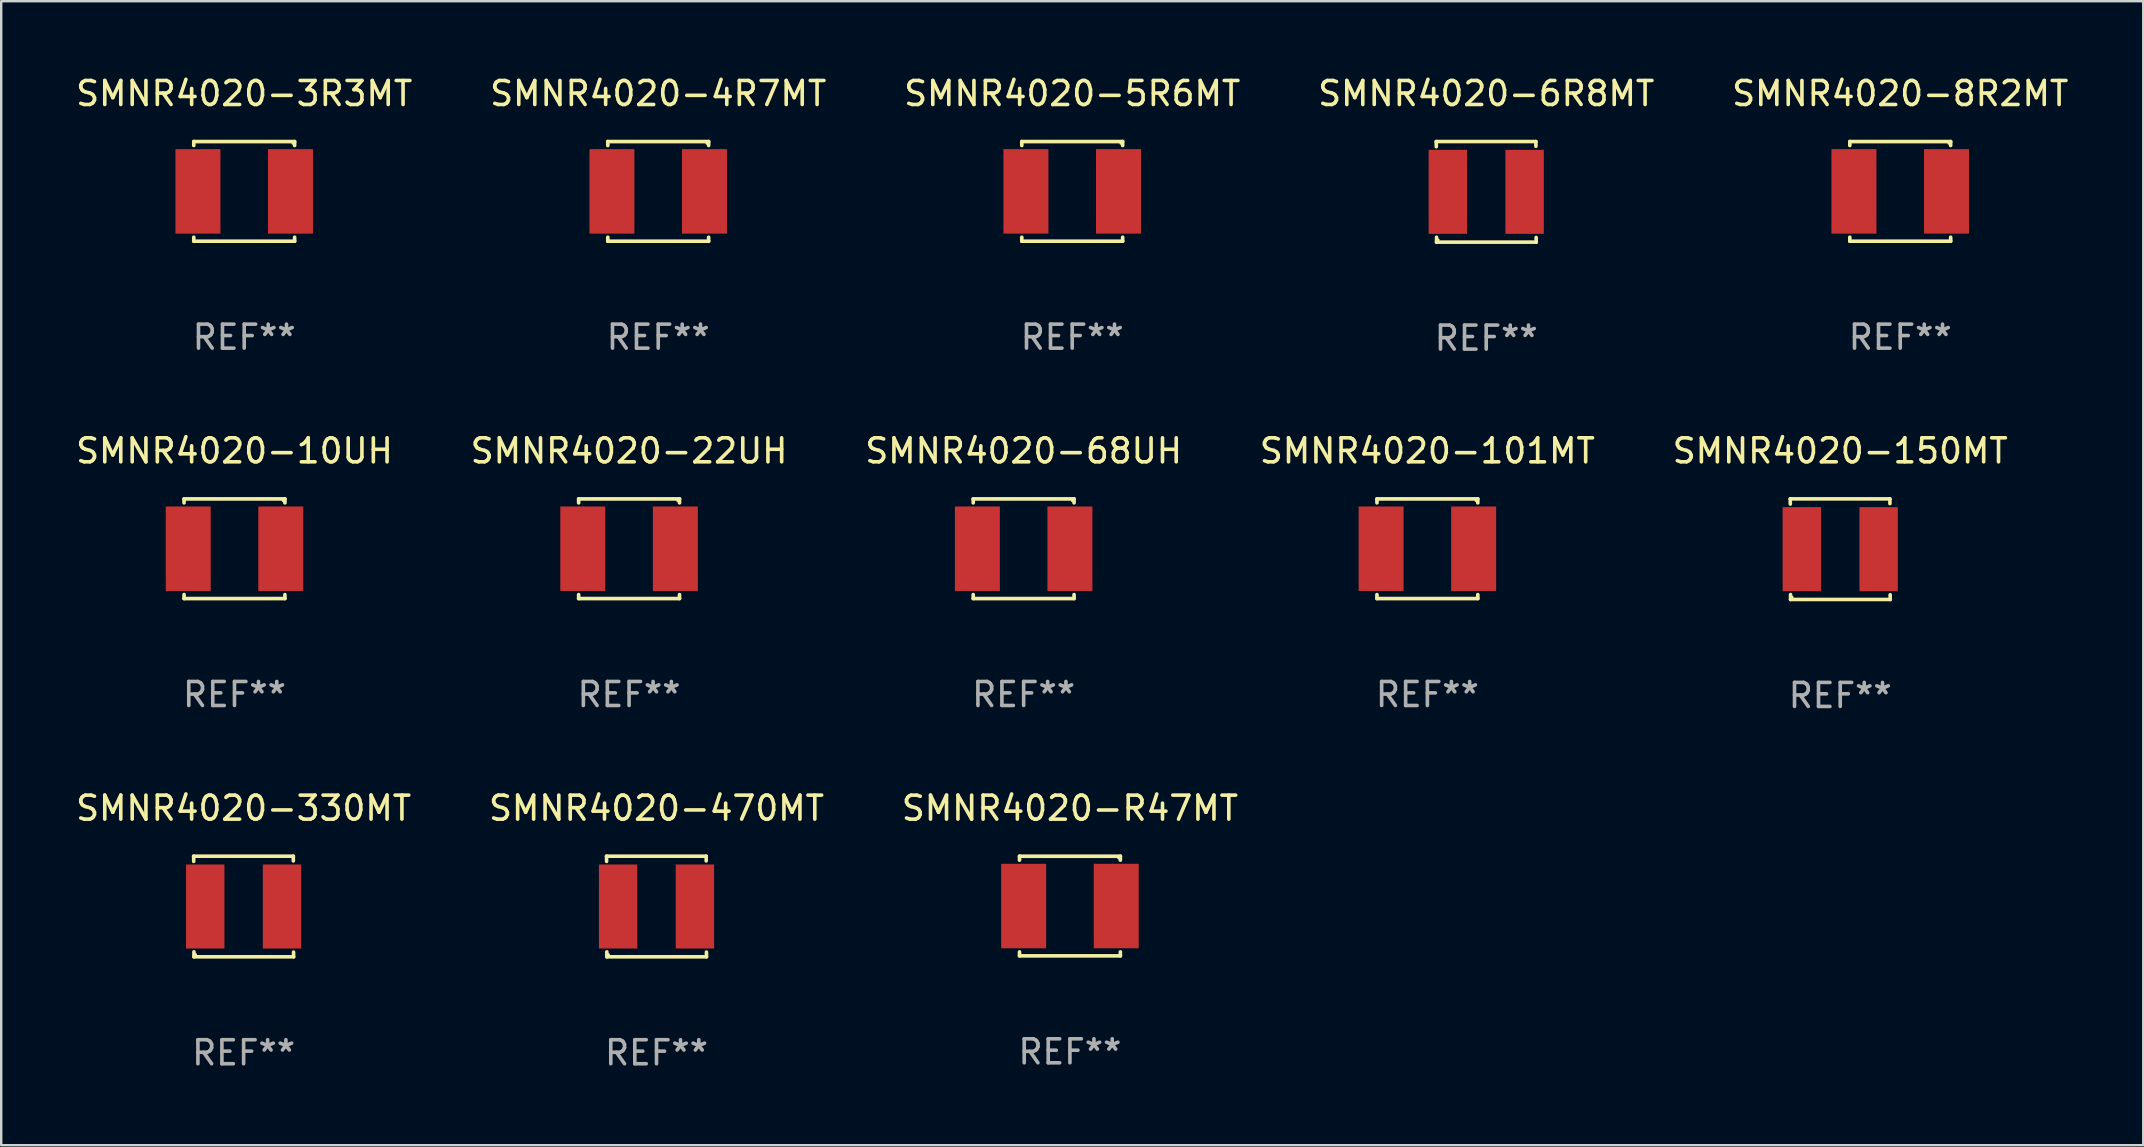
<source format=kicad_pcb>
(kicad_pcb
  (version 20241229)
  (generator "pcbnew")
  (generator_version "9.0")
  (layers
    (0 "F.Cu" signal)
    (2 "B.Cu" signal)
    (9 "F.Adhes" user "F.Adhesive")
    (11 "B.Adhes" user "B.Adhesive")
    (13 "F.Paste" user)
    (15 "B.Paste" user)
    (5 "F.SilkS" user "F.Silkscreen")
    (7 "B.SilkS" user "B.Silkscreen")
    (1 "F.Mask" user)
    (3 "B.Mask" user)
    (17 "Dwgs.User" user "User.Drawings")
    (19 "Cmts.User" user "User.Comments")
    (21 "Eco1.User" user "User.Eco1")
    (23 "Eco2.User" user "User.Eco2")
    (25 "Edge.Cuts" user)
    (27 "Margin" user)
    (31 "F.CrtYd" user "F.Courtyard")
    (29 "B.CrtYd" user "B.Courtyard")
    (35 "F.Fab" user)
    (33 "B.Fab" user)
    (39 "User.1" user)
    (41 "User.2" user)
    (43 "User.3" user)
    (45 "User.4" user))
  (footprint "SMNR4020-10UH"
    (layer "F.Cu")
    (at 6.72 19.813)
    (property "Reference" "SMNR4020-10UH" (at 0 -4.076 0) (layer "F.SilkS") (effects (font (size 1 1) (thickness 0.15))))
    (attr through_hole)
    (fp_line (start -2.101 -2.076) (end 2.101 -2.076) (stroke (width 0.152) (type solid)) (layer "F.SilkS"))
    (fp_line (start -2.101 -1.912) (end -2.101 -2.076) (stroke (width 0.152) (type solid)) (layer "F.SilkS"))
    (fp_line (start -2.101 1.912) (end -2.101 2.076) (stroke (width 0.152) (type solid)) (layer "F.SilkS"))
    (fp_line (start -2.101 2.076) (end 2.101 2.076) (stroke (width 0.152) (type solid)) (layer "F.SilkS"))
    (fp_line (start 2.101 -2.076) (end 2.101 -1.912) (stroke (width 0.152) (type solid)) (layer "F.SilkS"))
    (fp_line (start 2.101 2.076) (end 2.101 1.912) (stroke (width 0.152) (type solid)) (layer "F.SilkS"))
    (fp_circle (center 2.025 -2) (end 2.055 -2) (stroke (width 0.06) (type solid)) (fill no) (layer "F.SilkS"))
    (fp_text user "REF**" (at 0 6.076 0) (layer "F.Fab") (effects (font (size 1 1) (thickness 0.15))))
    (pad "1" smd rect (at 1.928 0) (size 1.874 3.52) (layers "F.Cu" "F.Mask" "F.Paste"))
    (pad "2" smd rect (at -1.928 0) (size 1.874 3.52) (layers "F.Cu" "F.Mask" "F.Paste")))
  (footprint "SMNR4020-101MT"
    (layer "F.Cu")
    (at 56.423 19.813)
    (property "Reference" "SMNR4020-101MT" (at 0 -4.076 0) (layer "F.SilkS") (effects (font (size 1 1) (thickness 0.15))))
    (attr through_hole)
    (fp_line (start -2.101 -2.076) (end 2.101 -2.076) (stroke (width 0.152) (type solid)) (layer "F.SilkS"))
    (fp_line (start -2.101 -1.912) (end -2.101 -2.076) (stroke (width 0.152) (type solid)) (layer "F.SilkS"))
    (fp_line (start -2.101 1.912) (end -2.101 2.076) (stroke (width 0.152) (type solid)) (layer "F.SilkS"))
    (fp_line (start -2.101 2.076) (end 2.101 2.076) (stroke (width 0.152) (type solid)) (layer "F.SilkS"))
    (fp_line (start 2.101 -2.076) (end 2.101 -1.912) (stroke (width 0.152) (type solid)) (layer "F.SilkS"))
    (fp_line (start 2.101 2.076) (end 2.101 1.912) (stroke (width 0.152) (type solid)) (layer "F.SilkS"))
    (fp_circle (center 2.025 -2) (end 2.055 -2) (stroke (width 0.06) (type solid)) (fill no) (layer "F.SilkS"))
    (fp_text user "REF**" (at 0 6.076 0) (layer "F.Fab") (effects (font (size 1 1) (thickness 0.15))))
    (pad "1" smd rect (at 1.928 0) (size 1.874 3.52) (layers "F.Cu" "F.Mask" "F.Paste"))
    (pad "2" smd rect (at -1.928 0) (size 1.874 3.52) (layers "F.Cu" "F.Mask" "F.Paste")))
  (footprint "SMNR4020-22UH"
    (layer "F.Cu")
    (at 23.161 19.813)
    (property "Reference" "SMNR4020-22UH" (at 0 -4.076 0) (layer "F.SilkS") (effects (font (size 1 1) (thickness 0.15))))
    (attr through_hole)
    (fp_line (start -2.101 -2.076) (end 2.101 -2.076) (stroke (width 0.152) (type solid)) (layer "F.SilkS"))
    (fp_line (start -2.101 -1.912) (end -2.101 -2.076) (stroke (width 0.152) (type solid)) (layer "F.SilkS"))
    (fp_line (start -2.101 1.912) (end -2.101 2.076) (stroke (width 0.152) (type solid)) (layer "F.SilkS"))
    (fp_line (start -2.101 2.076) (end 2.101 2.076) (stroke (width 0.152) (type solid)) (layer "F.SilkS"))
    (fp_line (start 2.101 -2.076) (end 2.101 -1.912) (stroke (width 0.152) (type solid)) (layer "F.SilkS"))
    (fp_line (start 2.101 2.076) (end 2.101 1.912) (stroke (width 0.152) (type solid)) (layer "F.SilkS"))
    (fp_circle (center 2.025 -2) (end 2.055 -2) (stroke (width 0.06) (type solid)) (fill no) (layer "F.SilkS"))
    (fp_text user "REF**" (at 0 6.076 0) (layer "F.Fab") (effects (font (size 1 1) (thickness 0.15))))
    (pad "1" smd rect (at 1.928 0) (size 1.874 3.52) (layers "F.Cu" "F.Mask" "F.Paste"))
    (pad "2" smd rect (at -1.928 0) (size 1.874 3.52) (layers "F.Cu" "F.Mask" "F.Paste")))
  (footprint "SMNR4020-4R7MT"
    (layer "F.Cu")
    (at 24.375 4.924)
    (property "Reference" "SMNR4020-4R7MT" (at 0 -4.076 0) (layer "F.SilkS") (effects (font (size 1 1) (thickness 0.15))))
    (attr through_hole)
    (fp_line (start -2.101 -2.076) (end 2.101 -2.076) (stroke (width 0.152) (type solid)) (layer "F.SilkS"))
    (fp_line (start -2.101 -1.912) (end -2.101 -2.076) (stroke (width 0.152) (type solid)) (layer "F.SilkS"))
    (fp_line (start -2.101 1.912) (end -2.101 2.076) (stroke (width 0.152) (type solid)) (layer "F.SilkS"))
    (fp_line (start -2.101 2.076) (end 2.101 2.076) (stroke (width 0.152) (type solid)) (layer "F.SilkS"))
    (fp_line (start 2.101 -2.076) (end 2.101 -1.912) (stroke (width 0.152) (type solid)) (layer "F.SilkS"))
    (fp_line (start 2.101 2.076) (end 2.101 1.912) (stroke (width 0.152) (type solid)) (layer "F.SilkS"))
    (fp_circle (center 2.025 -2) (end 2.055 -2) (stroke (width 0.06) (type solid)) (fill no) (layer "F.SilkS"))
    (fp_text user "REF**" (at 0 6.076 0) (layer "F.Fab") (effects (font (size 1 1) (thickness 0.15))))
    (pad "1" smd rect (at 1.928 0) (size 1.874 3.52) (layers "F.Cu" "F.Mask" "F.Paste"))
    (pad "2" smd rect (at -1.928 0) (size 1.874 3.52) (layers "F.Cu" "F.Mask" "F.Paste")))
  (footprint "SMNR4020-330MT"
    (layer "F.Cu")
    (at 7.101 34.72)
    (property "Reference" "SMNR4020-330MT" (at 0 -4.096 0) (layer "F.SilkS") (effects (font (size 1 1) (thickness 0.15))))
    (attr through_hole)
    (fp_line (start -2.083 -2.096) (end -2.08 -1.88) (stroke (width 0.15) (type solid)) (layer "F.SilkS"))
    (fp_line (start -2.07 1.89) (end -2.07 2.096) (stroke (width 0.15) (type solid)) (layer "F.SilkS"))
    (fp_line (start -2.07 2.096) (end 2.083 2.096) (stroke (width 0.15) (type solid)) (layer "F.SilkS"))
    (fp_line (start 2.07 -1.9) (end 2.07 -2.096) (stroke (width 0.15) (type solid)) (layer "F.SilkS"))
    (fp_line (start 2.07 -2.096) (end -2.083 -2.096) (stroke (width 0.15) (type solid)) (layer "F.SilkS"))
    (fp_line (start 2.083 2.096) (end 2.08 1.9) (stroke (width 0.15) (type solid)) (layer "F.SilkS"))
    (fp_circle (center -2 2) (end -1.97 2) (stroke (width 0.06) (type solid)) (fill no) (layer "F.SilkS"))
    (fp_text user "REF**" (at 0 6.096 0) (layer "F.Fab") (effects (font (size 1 1) (thickness 0.15))))
    (pad "1" smd rect (at -1.6 -0.000343) (size 1.6 3.5) (layers "F.Cu" "F.Mask" "F.Paste"))
    (pad "2" smd rect (at 1.6 -0.000343) (size 1.6 3.5) (layers "F.Cu" "F.Mask" "F.Paste")))
  (footprint "SMNR4020-6R8MT"
    (layer "F.Cu")
    (at 58.875 4.944)
    (property "Reference" "SMNR4020-6R8MT" (at 0 -4.096 0) (layer "F.SilkS") (effects (font (size 1 1) (thickness 0.15))))
    (attr through_hole)
    (fp_line (start -2.083 -2.096) (end -2.08 -1.88) (stroke (width 0.15) (type solid)) (layer "F.SilkS"))
    (fp_line (start -2.07 1.89) (end -2.07 2.096) (stroke (width 0.15) (type solid)) (layer "F.SilkS"))
    (fp_line (start -2.07 2.096) (end 2.083 2.096) (stroke (width 0.15) (type solid)) (layer "F.SilkS"))
    (fp_line (start 2.07 -1.9) (end 2.07 -2.096) (stroke (width 0.15) (type solid)) (layer "F.SilkS"))
    (fp_line (start 2.07 -2.096) (end -2.083 -2.096) (stroke (width 0.15) (type solid)) (layer "F.SilkS"))
    (fp_line (start 2.083 2.096) (end 2.08 1.9) (stroke (width 0.15) (type solid)) (layer "F.SilkS"))
    (fp_circle (center -2 2) (end -1.97 2) (stroke (width 0.06) (type solid)) (fill no) (layer "F.SilkS"))
    (fp_text user "REF**" (at 0 6.096 0) (layer "F.Fab") (effects (font (size 1 1) (thickness 0.15))))
    (pad "1" smd rect (at -1.6 -0.000343) (size 1.6 3.5) (layers "F.Cu" "F.Mask" "F.Paste"))
    (pad "2" smd rect (at 1.6 -0.000343) (size 1.6 3.5) (layers "F.Cu" "F.Mask" "F.Paste")))
  (footprint "SMNR4020-3R3MT"
    (layer "F.Cu")
    (at 7.125 4.924)
    (property "Reference" "SMNR4020-3R3MT" (at 0 -4.076 0) (layer "F.SilkS") (effects (font (size 1 1) (thickness 0.15))))
    (attr through_hole)
    (fp_line (start -2.101 -2.076) (end 2.101 -2.076) (stroke (width 0.152) (type solid)) (layer "F.SilkS"))
    (fp_line (start -2.101 -1.912) (end -2.101 -2.076) (stroke (width 0.152) (type solid)) (layer "F.SilkS"))
    (fp_line (start -2.101 1.912) (end -2.101 2.076) (stroke (width 0.152) (type solid)) (layer "F.SilkS"))
    (fp_line (start -2.101 2.076) (end 2.101 2.076) (stroke (width 0.152) (type solid)) (layer "F.SilkS"))
    (fp_line (start 2.101 -2.076) (end 2.101 -1.912) (stroke (width 0.152) (type solid)) (layer "F.SilkS"))
    (fp_line (start 2.101 2.076) (end 2.101 1.912) (stroke (width 0.152) (type solid)) (layer "F.SilkS"))
    (fp_circle (center 2.025 -2) (end 2.055 -2) (stroke (width 0.06) (type solid)) (fill no) (layer "F.SilkS"))
    (fp_text user "REF**" (at 0 6.076 0) (layer "F.Fab") (effects (font (size 1 1) (thickness 0.15))))
    (pad "1" smd rect (at 1.928 0) (size 1.874 3.52) (layers "F.Cu" "F.Mask" "F.Paste"))
    (pad "2" smd rect (at -1.928 0) (size 1.874 3.52) (layers "F.Cu" "F.Mask" "F.Paste")))
  (footprint "SMNR4020-5R6MT"
    (layer "F.Cu")
    (at 41.625 4.924)
    (property "Reference" "SMNR4020-5R6MT" (at 0 -4.076 0) (layer "F.SilkS") (effects (font (size 1 1) (thickness 0.15))))
    (attr through_hole)
    (fp_line (start -2.101 -2.076) (end 2.101 -2.076) (stroke (width 0.152) (type solid)) (layer "F.SilkS"))
    (fp_line (start -2.101 -1.912) (end -2.101 -2.076) (stroke (width 0.152) (type solid)) (layer "F.SilkS"))
    (fp_line (start -2.101 1.912) (end -2.101 2.076) (stroke (width 0.152) (type solid)) (layer "F.SilkS"))
    (fp_line (start -2.101 2.076) (end 2.101 2.076) (stroke (width 0.152) (type solid)) (layer "F.SilkS"))
    (fp_line (start 2.101 -2.076) (end 2.101 -1.912) (stroke (width 0.152) (type solid)) (layer "F.SilkS"))
    (fp_line (start 2.101 2.076) (end 2.101 1.912) (stroke (width 0.152) (type solid)) (layer "F.SilkS"))
    (fp_circle (center 2.025 -2) (end 2.055 -2) (stroke (width 0.06) (type solid)) (fill no) (layer "F.SilkS"))
    (fp_text user "REF**" (at 0 6.076 0) (layer "F.Fab") (effects (font (size 1 1) (thickness 0.15))))
    (pad "1" smd rect (at 1.928 0) (size 1.874 3.52) (layers "F.Cu" "F.Mask" "F.Paste"))
    (pad "2" smd rect (at -1.928 0) (size 1.874 3.52) (layers "F.Cu" "F.Mask" "F.Paste")))
  (footprint "SMNR4020-150MT"
    (layer "F.Cu")
    (at 73.625 19.832)
    (property "Reference" "SMNR4020-150MT" (at 0 -4.096 0) (layer "F.SilkS") (effects (font (size 1 1) (thickness 0.15))))
    (attr through_hole)
    (fp_line (start -2.083 -2.096) (end -2.08 -1.88) (stroke (width 0.15) (type solid)) (layer "F.SilkS"))
    (fp_line (start -2.07 1.89) (end -2.07 2.096) (stroke (width 0.15) (type solid)) (layer "F.SilkS"))
    (fp_line (start -2.07 2.096) (end 2.083 2.096) (stroke (width 0.15) (type solid)) (layer "F.SilkS"))
    (fp_line (start 2.07 -1.9) (end 2.07 -2.096) (stroke (width 0.15) (type solid)) (layer "F.SilkS"))
    (fp_line (start 2.07 -2.096) (end -2.083 -2.096) (stroke (width 0.15) (type solid)) (layer "F.SilkS"))
    (fp_line (start 2.083 2.096) (end 2.08 1.9) (stroke (width 0.15) (type solid)) (layer "F.SilkS"))
    (fp_circle (center -2 2) (end -1.97 2) (stroke (width 0.06) (type solid)) (fill no) (layer "F.SilkS"))
    (fp_text user "REF**" (at 0 6.096 0) (layer "F.Fab") (effects (font (size 1 1) (thickness 0.15))))
    (pad "1" smd rect (at -1.6 -0.000343) (size 1.6 3.5) (layers "F.Cu" "F.Mask" "F.Paste"))
    (pad "2" smd rect (at 1.6 -0.000343) (size 1.6 3.5) (layers "F.Cu" "F.Mask" "F.Paste")))
  (footprint "SMNR4020-R47MT"
    (layer "F.Cu")
    (at 41.53 34.701)
    (property "Reference" "SMNR4020-R47MT" (at 0 -4.076 0) (layer "F.SilkS") (effects (font (size 1 1) (thickness 0.15))))
    (attr through_hole)
    (fp_line (start -2.101 -2.076) (end 2.101 -2.076) (stroke (width 0.152) (type solid)) (layer "F.SilkS"))
    (fp_line (start -2.101 -1.912) (end -2.101 -2.076) (stroke (width 0.152) (type solid)) (layer "F.SilkS"))
    (fp_line (start -2.101 1.912) (end -2.101 2.076) (stroke (width 0.152) (type solid)) (layer "F.SilkS"))
    (fp_line (start -2.101 2.076) (end 2.101 2.076) (stroke (width 0.152) (type solid)) (layer "F.SilkS"))
    (fp_line (start 2.101 -2.076) (end 2.101 -1.912) (stroke (width 0.152) (type solid)) (layer "F.SilkS"))
    (fp_line (start 2.101 2.076) (end 2.101 1.912) (stroke (width 0.152) (type solid)) (layer "F.SilkS"))
    (fp_circle (center 2.025 -2) (end 2.055 -2) (stroke (width 0.06) (type solid)) (fill no) (layer "F.SilkS"))
    (fp_text user "REF**" (at 0 6.076 0) (layer "F.Fab") (effects (font (size 1 1) (thickness 0.15))))
    (pad "1" smd rect (at 1.928 0) (size 1.874 3.52) (layers "F.Cu" "F.Mask" "F.Paste"))
    (pad "2" smd rect (at -1.928 0) (size 1.874 3.52) (layers "F.Cu" "F.Mask" "F.Paste")))
  (footprint "SMNR4020-68UH"
    (layer "F.Cu")
    (at 39.601 19.813)
    (property "Reference" "SMNR4020-68UH" (at 0 -4.076 0) (layer "F.SilkS") (effects (font (size 1 1) (thickness 0.15))))
    (attr through_hole)
    (fp_line (start -2.101 -2.076) (end 2.101 -2.076) (stroke (width 0.152) (type solid)) (layer "F.SilkS"))
    (fp_line (start -2.101 -1.912) (end -2.101 -2.076) (stroke (width 0.152) (type solid)) (layer "F.SilkS"))
    (fp_line (start -2.101 1.912) (end -2.101 2.076) (stroke (width 0.152) (type solid)) (layer "F.SilkS"))
    (fp_line (start -2.101 2.076) (end 2.101 2.076) (stroke (width 0.152) (type solid)) (layer "F.SilkS"))
    (fp_line (start 2.101 -2.076) (end 2.101 -1.912) (stroke (width 0.152) (type solid)) (layer "F.SilkS"))
    (fp_line (start 2.101 2.076) (end 2.101 1.912) (stroke (width 0.152) (type solid)) (layer "F.SilkS"))
    (fp_circle (center 2.025 -2) (end 2.055 -2) (stroke (width 0.06) (type solid)) (fill no) (layer "F.SilkS"))
    (fp_text user "REF**" (at 0 6.076 0) (layer "F.Fab") (effects (font (size 1 1) (thickness 0.15))))
    (pad "1" smd rect (at 1.928 0) (size 1.874 3.52) (layers "F.Cu" "F.Mask" "F.Paste"))
    (pad "2" smd rect (at -1.928 0) (size 1.874 3.52) (layers "F.Cu" "F.Mask" "F.Paste")))
  (footprint "SMNR4020-8R2MT"
    (layer "F.Cu")
    (at 76.125 4.924)
    (property "Reference" "SMNR4020-8R2MT" (at 0 -4.076 0) (layer "F.SilkS") (effects (font (size 1 1) (thickness 0.15))))
    (attr through_hole)
    (fp_line (start -2.101 -2.076) (end 2.101 -2.076) (stroke (width 0.152) (type solid)) (layer "F.SilkS"))
    (fp_line (start -2.101 -1.912) (end -2.101 -2.076) (stroke (width 0.152) (type solid)) (layer "F.SilkS"))
    (fp_line (start -2.101 1.912) (end -2.101 2.076) (stroke (width 0.152) (type solid)) (layer "F.SilkS"))
    (fp_line (start -2.101 2.076) (end 2.101 2.076) (stroke (width 0.152) (type solid)) (layer "F.SilkS"))
    (fp_line (start 2.101 -2.076) (end 2.101 -1.912) (stroke (width 0.152) (type solid)) (layer "F.SilkS"))
    (fp_line (start 2.101 2.076) (end 2.101 1.912) (stroke (width 0.152) (type solid)) (layer "F.SilkS"))
    (fp_circle (center 2.025 -2) (end 2.055 -2) (stroke (width 0.06) (type solid)) (fill no) (layer "F.SilkS"))
    (fp_text user "REF**" (at 0 6.076 0) (layer "F.Fab") (effects (font (size 1 1) (thickness 0.15))))
    (pad "1" smd rect (at 1.928 0) (size 1.874 3.52) (layers "F.Cu" "F.Mask" "F.Paste"))
    (pad "2" smd rect (at -1.928 0) (size 1.874 3.52) (layers "F.Cu" "F.Mask" "F.Paste")))
  (footprint "SMNR4020-470MT"
    (layer "F.Cu")
    (at 24.304 34.72)
    (property "Reference" "SMNR4020-470MT" (at 0 -4.096 0) (layer "F.SilkS") (effects (font (size 1 1) (thickness 0.15))))
    (attr through_hole)
    (fp_line (start -2.083 -2.096) (end -2.08 -1.88) (stroke (width 0.15) (type solid)) (layer "F.SilkS"))
    (fp_line (start -2.07 1.89) (end -2.07 2.096) (stroke (width 0.15) (type solid)) (layer "F.SilkS"))
    (fp_line (start -2.07 2.096) (end 2.083 2.096) (stroke (width 0.15) (type solid)) (layer "F.SilkS"))
    (fp_line (start 2.07 -1.9) (end 2.07 -2.096) (stroke (width 0.15) (type solid)) (layer "F.SilkS"))
    (fp_line (start 2.07 -2.096) (end -2.083 -2.096) (stroke (width 0.15) (type solid)) (layer "F.SilkS"))
    (fp_line (start 2.083 2.096) (end 2.08 1.9) (stroke (width 0.15) (type solid)) (layer "F.SilkS"))
    (fp_circle (center -2 2) (end -1.97 2) (stroke (width 0.06) (type solid)) (fill no) (layer "F.SilkS"))
    (fp_text user "REF**" (at 0 6.096 0) (layer "F.Fab") (effects (font (size 1 1) (thickness 0.15))))
    (pad "1" smd rect (at -1.6 -0.000343) (size 1.6 3.5) (layers "F.Cu" "F.Mask" "F.Paste"))
    (pad "2" smd rect (at 1.6 -0.000343) (size 1.6 3.5) (layers "F.Cu" "F.Mask" "F.Paste")))
  (gr_rect
    (start -3 -3)
    (end 86.25 44.665)
    (stroke (width 0.1) (type default))
    (fill no)
    (layer "Edge.Cuts")))
</source>
